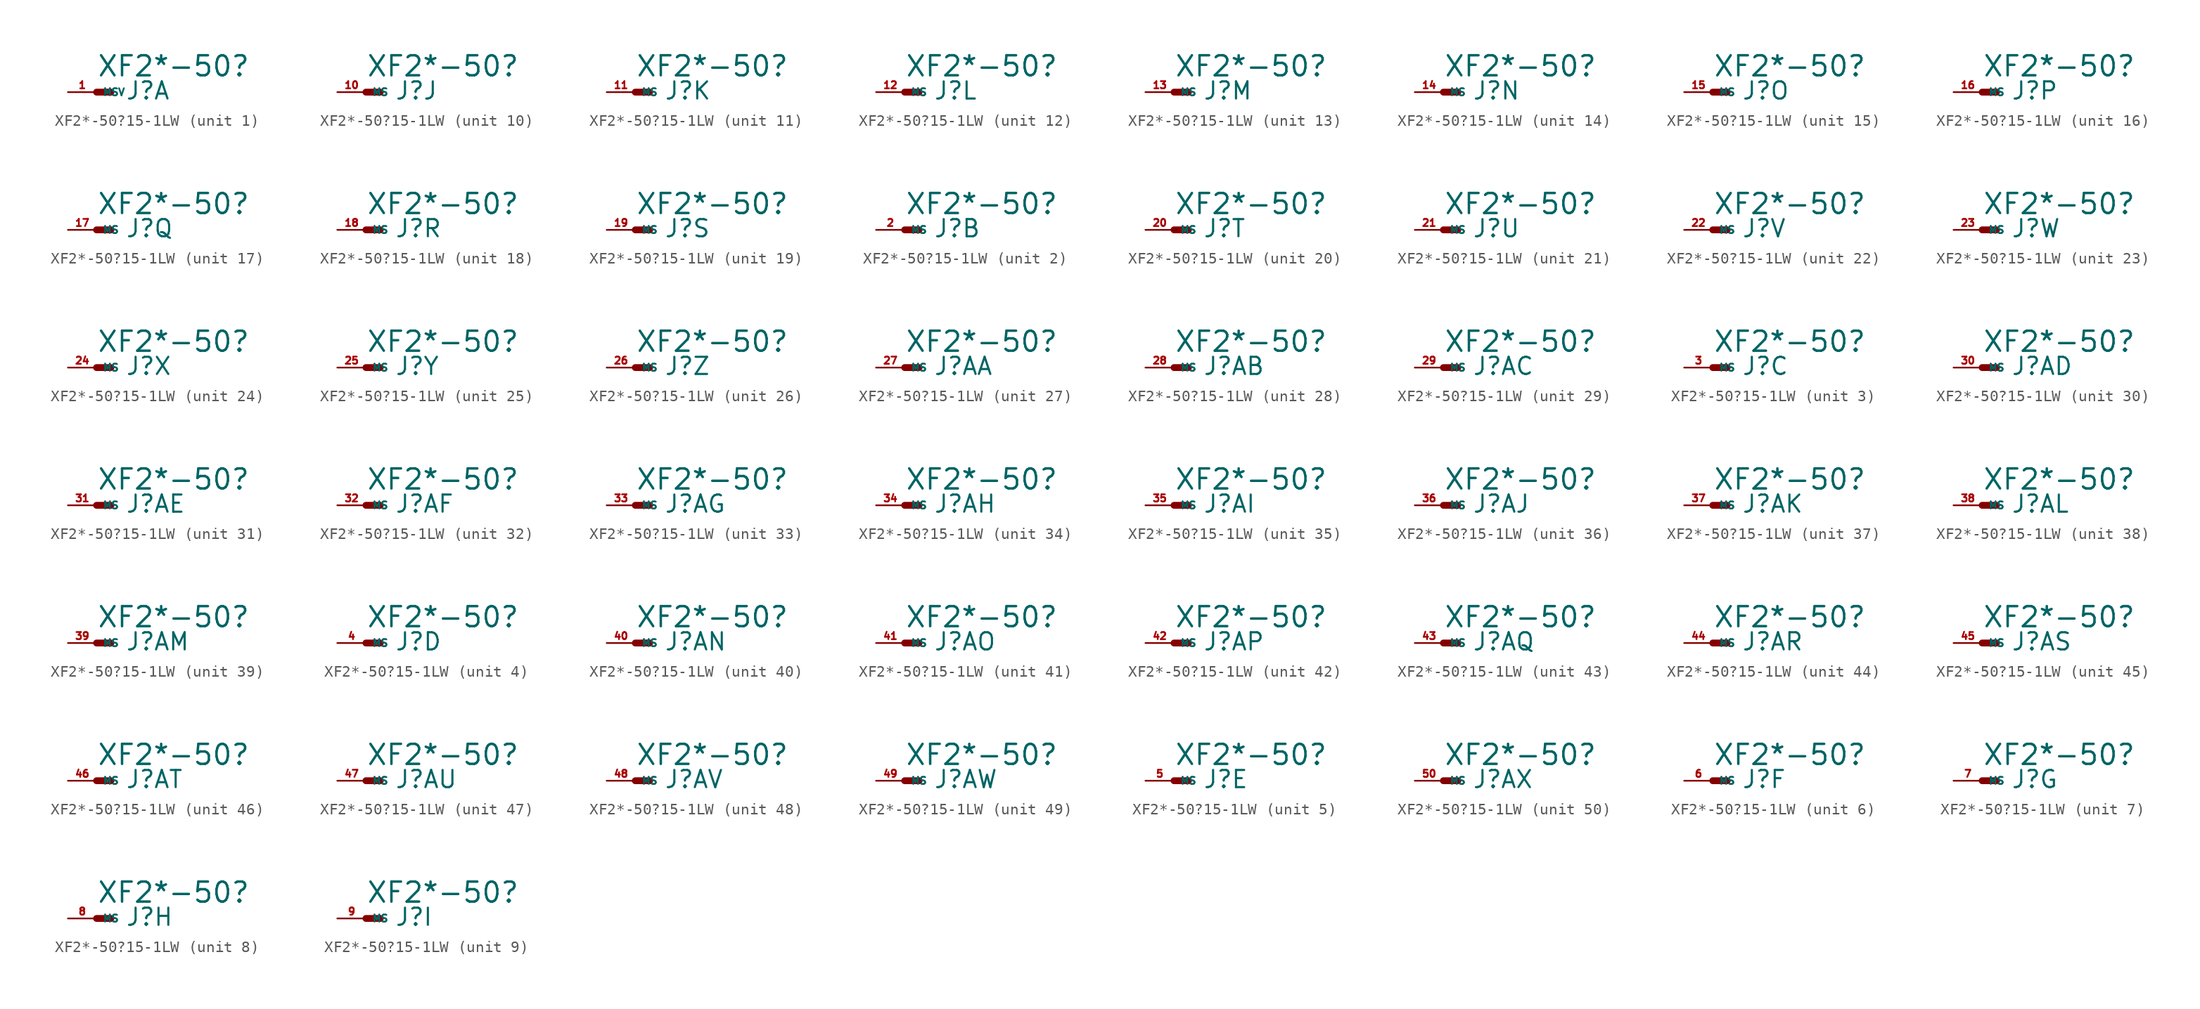
<source format=kicad_sym>
(kicad_symbol_lib
  (version 20220914)
  (generator Eagle2Kicad)
  (symbol "XF2*-50?15-1LW"
    (property "Reference" "J"
      (at 2.54 -0.762 0)
      (effects (font (size 1.524 1.524) (thickness 0.19)) (justify left bottom)))
    (property "Value" "XF2*-50?"
      (at 0 1.27 0)
      (effects (font (size 1.778 1.778) (thickness 0.22)) (justify left bottom)))
    (symbol "XF2*-50?15-1LW_1_0"
      (polyline (pts (xy 0 0) (xy 1.27 0)) (stroke (width 0.61) (type default)) (fill (type none)))
      (pin passive line (at -2.54 0 0) (length 2.54) (name "MSV" (effects (font (size 0.635 0.635) (thickness 0.08)) (justify left bottom))) (number "1" (effects (font (size 0.635 0.635) (thickness 0.08)) (justify left bottom)))))
    (symbol "XF2*-50?15-1LW_2_0"
      (polyline (pts (xy 0 0) (xy 1.27 0)) (stroke (width 0.61) (type default)) (fill (type none)))
      (pin passive line (at -2.54 0 0) (length 2.54) (name "MS" (effects (font (size 0.635 0.635) (thickness 0.08)) (justify left bottom))) (number "2" (effects (font (size 0.635 0.635) (thickness 0.08)) (justify left bottom)))))
    (symbol "XF2*-50?15-1LW_3_0"
      (polyline (pts (xy 0 0) (xy 1.27 0)) (stroke (width 0.61) (type default)) (fill (type none)))
      (pin passive line (at -2.54 0 0) (length 2.54) (name "MS" (effects (font (size 0.635 0.635) (thickness 0.08)) (justify left bottom))) (number "3" (effects (font (size 0.635 0.635) (thickness 0.08)) (justify left bottom)))))
    (symbol "XF2*-50?15-1LW_4_0"
      (polyline (pts (xy 0 0) (xy 1.27 0)) (stroke (width 0.61) (type default)) (fill (type none)))
      (pin passive line (at -2.54 0 0) (length 2.54) (name "MS" (effects (font (size 0.635 0.635) (thickness 0.08)) (justify left bottom))) (number "4" (effects (font (size 0.635 0.635) (thickness 0.08)) (justify left bottom)))))
    (symbol "XF2*-50?15-1LW_5_0"
      (polyline (pts (xy 0 0) (xy 1.27 0)) (stroke (width 0.61) (type default)) (fill (type none)))
      (pin passive line (at -2.54 0 0) (length 2.54) (name "MS" (effects (font (size 0.635 0.635) (thickness 0.08)) (justify left bottom))) (number "5" (effects (font (size 0.635 0.635) (thickness 0.08)) (justify left bottom)))))
    (symbol "XF2*-50?15-1LW_6_0"
      (polyline (pts (xy 0 0) (xy 1.27 0)) (stroke (width 0.61) (type default)) (fill (type none)))
      (pin passive line (at -2.54 0 0) (length 2.54) (name "MS" (effects (font (size 0.635 0.635) (thickness 0.08)) (justify left bottom))) (number "6" (effects (font (size 0.635 0.635) (thickness 0.08)) (justify left bottom)))))
    (symbol "XF2*-50?15-1LW_7_0"
      (polyline (pts (xy 0 0) (xy 1.27 0)) (stroke (width 0.61) (type default)) (fill (type none)))
      (pin passive line (at -2.54 0 0) (length 2.54) (name "MS" (effects (font (size 0.635 0.635) (thickness 0.08)) (justify left bottom))) (number "7" (effects (font (size 0.635 0.635) (thickness 0.08)) (justify left bottom)))))
    (symbol "XF2*-50?15-1LW_8_0"
      (polyline (pts (xy 0 0) (xy 1.27 0)) (stroke (width 0.61) (type default)) (fill (type none)))
      (pin passive line (at -2.54 0 0) (length 2.54) (name "MS" (effects (font (size 0.635 0.635) (thickness 0.08)) (justify left bottom))) (number "8" (effects (font (size 0.635 0.635) (thickness 0.08)) (justify left bottom)))))
    (symbol "XF2*-50?15-1LW_9_0"
      (polyline (pts (xy 0 0) (xy 1.27 0)) (stroke (width 0.61) (type default)) (fill (type none)))
      (pin passive line (at -2.54 0 0) (length 2.54) (name "MS" (effects (font (size 0.635 0.635) (thickness 0.08)) (justify left bottom))) (number "9" (effects (font (size 0.635 0.635) (thickness 0.08)) (justify left bottom)))))
    (symbol "XF2*-50?15-1LW_10_0"
      (polyline (pts (xy 0 0) (xy 1.27 0)) (stroke (width 0.61) (type default)) (fill (type none)))
      (pin passive line (at -2.54 0 0) (length 2.54) (name "MS" (effects (font (size 0.635 0.635) (thickness 0.08)) (justify left bottom))) (number "10" (effects (font (size 0.635 0.635) (thickness 0.08)) (justify left bottom)))))
    (symbol "XF2*-50?15-1LW_11_0"
      (polyline (pts (xy 0 0) (xy 1.27 0)) (stroke (width 0.61) (type default)) (fill (type none)))
      (pin passive line (at -2.54 0 0) (length 2.54) (name "MS" (effects (font (size 0.635 0.635) (thickness 0.08)) (justify left bottom))) (number "11" (effects (font (size 0.635 0.635) (thickness 0.08)) (justify left bottom)))))
    (symbol "XF2*-50?15-1LW_12_0"
      (polyline (pts (xy 0 0) (xy 1.27 0)) (stroke (width 0.61) (type default)) (fill (type none)))
      (pin passive line (at -2.54 0 0) (length 2.54) (name "MS" (effects (font (size 0.635 0.635) (thickness 0.08)) (justify left bottom))) (number "12" (effects (font (size 0.635 0.635) (thickness 0.08)) (justify left bottom)))))
    (symbol "XF2*-50?15-1LW_13_0"
      (polyline (pts (xy 0 0) (xy 1.27 0)) (stroke (width 0.61) (type default)) (fill (type none)))
      (pin passive line (at -2.54 0 0) (length 2.54) (name "MS" (effects (font (size 0.635 0.635) (thickness 0.08)) (justify left bottom))) (number "13" (effects (font (size 0.635 0.635) (thickness 0.08)) (justify left bottom)))))
    (symbol "XF2*-50?15-1LW_14_0"
      (polyline (pts (xy 0 0) (xy 1.27 0)) (stroke (width 0.61) (type default)) (fill (type none)))
      (pin passive line (at -2.54 0 0) (length 2.54) (name "MS" (effects (font (size 0.635 0.635) (thickness 0.08)) (justify left bottom))) (number "14" (effects (font (size 0.635 0.635) (thickness 0.08)) (justify left bottom)))))
    (symbol "XF2*-50?15-1LW_15_0"
      (polyline (pts (xy 0 0) (xy 1.27 0)) (stroke (width 0.61) (type default)) (fill (type none)))
      (pin passive line (at -2.54 0 0) (length 2.54) (name "MS" (effects (font (size 0.635 0.635) (thickness 0.08)) (justify left bottom))) (number "15" (effects (font (size 0.635 0.635) (thickness 0.08)) (justify left bottom)))))
    (symbol "XF2*-50?15-1LW_16_0"
      (polyline (pts (xy 0 0) (xy 1.27 0)) (stroke (width 0.61) (type default)) (fill (type none)))
      (pin passive line (at -2.54 0 0) (length 2.54) (name "MS" (effects (font (size 0.635 0.635) (thickness 0.08)) (justify left bottom))) (number "16" (effects (font (size 0.635 0.635) (thickness 0.08)) (justify left bottom)))))
    (symbol "XF2*-50?15-1LW_17_0"
      (polyline (pts (xy 0 0) (xy 1.27 0)) (stroke (width 0.61) (type default)) (fill (type none)))
      (pin passive line (at -2.54 0 0) (length 2.54) (name "MS" (effects (font (size 0.635 0.635) (thickness 0.08)) (justify left bottom))) (number "17" (effects (font (size 0.635 0.635) (thickness 0.08)) (justify left bottom)))))
    (symbol "XF2*-50?15-1LW_18_0"
      (polyline (pts (xy 0 0) (xy 1.27 0)) (stroke (width 0.61) (type default)) (fill (type none)))
      (pin passive line (at -2.54 0 0) (length 2.54) (name "MS" (effects (font (size 0.635 0.635) (thickness 0.08)) (justify left bottom))) (number "18" (effects (font (size 0.635 0.635) (thickness 0.08)) (justify left bottom)))))
    (symbol "XF2*-50?15-1LW_19_0"
      (polyline (pts (xy 0 0) (xy 1.27 0)) (stroke (width 0.61) (type default)) (fill (type none)))
      (pin passive line (at -2.54 0 0) (length 2.54) (name "MS" (effects (font (size 0.635 0.635) (thickness 0.08)) (justify left bottom))) (number "19" (effects (font (size 0.635 0.635) (thickness 0.08)) (justify left bottom)))))
    (symbol "XF2*-50?15-1LW_20_0"
      (polyline (pts (xy 0 0) (xy 1.27 0)) (stroke (width 0.61) (type default)) (fill (type none)))
      (pin passive line (at -2.54 0 0) (length 2.54) (name "MS" (effects (font (size 0.635 0.635) (thickness 0.08)) (justify left bottom))) (number "20" (effects (font (size 0.635 0.635) (thickness 0.08)) (justify left bottom)))))
    (symbol "XF2*-50?15-1LW_21_0"
      (polyline (pts (xy 0 0) (xy 1.27 0)) (stroke (width 0.61) (type default)) (fill (type none)))
      (pin passive line (at -2.54 0 0) (length 2.54) (name "MS" (effects (font (size 0.635 0.635) (thickness 0.08)) (justify left bottom))) (number "21" (effects (font (size 0.635 0.635) (thickness 0.08)) (justify left bottom)))))
    (symbol "XF2*-50?15-1LW_22_0"
      (polyline (pts (xy 0 0) (xy 1.27 0)) (stroke (width 0.61) (type default)) (fill (type none)))
      (pin passive line (at -2.54 0 0) (length 2.54) (name "MS" (effects (font (size 0.635 0.635) (thickness 0.08)) (justify left bottom))) (number "22" (effects (font (size 0.635 0.635) (thickness 0.08)) (justify left bottom)))))
    (symbol "XF2*-50?15-1LW_23_0"
      (polyline (pts (xy 0 0) (xy 1.27 0)) (stroke (width 0.61) (type default)) (fill (type none)))
      (pin passive line (at -2.54 0 0) (length 2.54) (name "MS" (effects (font (size 0.635 0.635) (thickness 0.08)) (justify left bottom))) (number "23" (effects (font (size 0.635 0.635) (thickness 0.08)) (justify left bottom)))))
    (symbol "XF2*-50?15-1LW_24_0"
      (polyline (pts (xy 0 0) (xy 1.27 0)) (stroke (width 0.61) (type default)) (fill (type none)))
      (pin passive line (at -2.54 0 0) (length 2.54) (name "MS" (effects (font (size 0.635 0.635) (thickness 0.08)) (justify left bottom))) (number "24" (effects (font (size 0.635 0.635) (thickness 0.08)) (justify left bottom)))))
    (symbol "XF2*-50?15-1LW_25_0"
      (polyline (pts (xy 0 0) (xy 1.27 0)) (stroke (width 0.61) (type default)) (fill (type none)))
      (pin passive line (at -2.54 0 0) (length 2.54) (name "MS" (effects (font (size 0.635 0.635) (thickness 0.08)) (justify left bottom))) (number "25" (effects (font (size 0.635 0.635) (thickness 0.08)) (justify left bottom)))))
    (symbol "XF2*-50?15-1LW_26_0"
      (polyline (pts (xy 0 0) (xy 1.27 0)) (stroke (width 0.61) (type default)) (fill (type none)))
      (pin passive line (at -2.54 0 0) (length 2.54) (name "MS" (effects (font (size 0.635 0.635) (thickness 0.08)) (justify left bottom))) (number "26" (effects (font (size 0.635 0.635) (thickness 0.08)) (justify left bottom)))))
    (symbol "XF2*-50?15-1LW_27_0"
      (polyline (pts (xy 0 0) (xy 1.27 0)) (stroke (width 0.61) (type default)) (fill (type none)))
      (pin passive line (at -2.54 0 0) (length 2.54) (name "MS" (effects (font (size 0.635 0.635) (thickness 0.08)) (justify left bottom))) (number "27" (effects (font (size 0.635 0.635) (thickness 0.08)) (justify left bottom)))))
    (symbol "XF2*-50?15-1LW_28_0"
      (polyline (pts (xy 0 0) (xy 1.27 0)) (stroke (width 0.61) (type default)) (fill (type none)))
      (pin passive line (at -2.54 0 0) (length 2.54) (name "MS" (effects (font (size 0.635 0.635) (thickness 0.08)) (justify left bottom))) (number "28" (effects (font (size 0.635 0.635) (thickness 0.08)) (justify left bottom)))))
    (symbol "XF2*-50?15-1LW_29_0"
      (polyline (pts (xy 0 0) (xy 1.27 0)) (stroke (width 0.61) (type default)) (fill (type none)))
      (pin passive line (at -2.54 0 0) (length 2.54) (name "MS" (effects (font (size 0.635 0.635) (thickness 0.08)) (justify left bottom))) (number "29" (effects (font (size 0.635 0.635) (thickness 0.08)) (justify left bottom)))))
    (symbol "XF2*-50?15-1LW_30_0"
      (polyline (pts (xy 0 0) (xy 1.27 0)) (stroke (width 0.61) (type default)) (fill (type none)))
      (pin passive line (at -2.54 0 0) (length 2.54) (name "MS" (effects (font (size 0.635 0.635) (thickness 0.08)) (justify left bottom))) (number "30" (effects (font (size 0.635 0.635) (thickness 0.08)) (justify left bottom)))))
    (symbol "XF2*-50?15-1LW_31_0"
      (polyline (pts (xy 0 0) (xy 1.27 0)) (stroke (width 0.61) (type default)) (fill (type none)))
      (pin passive line (at -2.54 0 0) (length 2.54) (name "MS" (effects (font (size 0.635 0.635) (thickness 0.08)) (justify left bottom))) (number "31" (effects (font (size 0.635 0.635) (thickness 0.08)) (justify left bottom)))))
    (symbol "XF2*-50?15-1LW_32_0"
      (polyline (pts (xy 0 0) (xy 1.27 0)) (stroke (width 0.61) (type default)) (fill (type none)))
      (pin passive line (at -2.54 0 0) (length 2.54) (name "MS" (effects (font (size 0.635 0.635) (thickness 0.08)) (justify left bottom))) (number "32" (effects (font (size 0.635 0.635) (thickness 0.08)) (justify left bottom)))))
    (symbol "XF2*-50?15-1LW_33_0"
      (polyline (pts (xy 0 0) (xy 1.27 0)) (stroke (width 0.61) (type default)) (fill (type none)))
      (pin passive line (at -2.54 0 0) (length 2.54) (name "MS" (effects (font (size 0.635 0.635) (thickness 0.08)) (justify left bottom))) (number "33" (effects (font (size 0.635 0.635) (thickness 0.08)) (justify left bottom)))))
    (symbol "XF2*-50?15-1LW_34_0"
      (polyline (pts (xy 0 0) (xy 1.27 0)) (stroke (width 0.61) (type default)) (fill (type none)))
      (pin passive line (at -2.54 0 0) (length 2.54) (name "MS" (effects (font (size 0.635 0.635) (thickness 0.08)) (justify left bottom))) (number "34" (effects (font (size 0.635 0.635) (thickness 0.08)) (justify left bottom)))))
    (symbol "XF2*-50?15-1LW_35_0"
      (polyline (pts (xy 0 0) (xy 1.27 0)) (stroke (width 0.61) (type default)) (fill (type none)))
      (pin passive line (at -2.54 0 0) (length 2.54) (name "MS" (effects (font (size 0.635 0.635) (thickness 0.08)) (justify left bottom))) (number "35" (effects (font (size 0.635 0.635) (thickness 0.08)) (justify left bottom)))))
    (symbol "XF2*-50?15-1LW_36_0"
      (polyline (pts (xy 0 0) (xy 1.27 0)) (stroke (width 0.61) (type default)) (fill (type none)))
      (pin passive line (at -2.54 0 0) (length 2.54) (name "MS" (effects (font (size 0.635 0.635) (thickness 0.08)) (justify left bottom))) (number "36" (effects (font (size 0.635 0.635) (thickness 0.08)) (justify left bottom)))))
    (symbol "XF2*-50?15-1LW_37_0"
      (polyline (pts (xy 0 0) (xy 1.27 0)) (stroke (width 0.61) (type default)) (fill (type none)))
      (pin passive line (at -2.54 0 0) (length 2.54) (name "MS" (effects (font (size 0.635 0.635) (thickness 0.08)) (justify left bottom))) (number "37" (effects (font (size 0.635 0.635) (thickness 0.08)) (justify left bottom)))))
    (symbol "XF2*-50?15-1LW_38_0"
      (polyline (pts (xy 0 0) (xy 1.27 0)) (stroke (width 0.61) (type default)) (fill (type none)))
      (pin passive line (at -2.54 0 0) (length 2.54) (name "MS" (effects (font (size 0.635 0.635) (thickness 0.08)) (justify left bottom))) (number "38" (effects (font (size 0.635 0.635) (thickness 0.08)) (justify left bottom)))))
    (symbol "XF2*-50?15-1LW_39_0"
      (polyline (pts (xy 0 0) (xy 1.27 0)) (stroke (width 0.61) (type default)) (fill (type none)))
      (pin passive line (at -2.54 0 0) (length 2.54) (name "MS" (effects (font (size 0.635 0.635) (thickness 0.08)) (justify left bottom))) (number "39" (effects (font (size 0.635 0.635) (thickness 0.08)) (justify left bottom)))))
    (symbol "XF2*-50?15-1LW_40_0"
      (polyline (pts (xy 0 0) (xy 1.27 0)) (stroke (width 0.61) (type default)) (fill (type none)))
      (pin passive line (at -2.54 0 0) (length 2.54) (name "MS" (effects (font (size 0.635 0.635) (thickness 0.08)) (justify left bottom))) (number "40" (effects (font (size 0.635 0.635) (thickness 0.08)) (justify left bottom)))))
    (symbol "XF2*-50?15-1LW_41_0"
      (polyline (pts (xy 0 0) (xy 1.27 0)) (stroke (width 0.61) (type default)) (fill (type none)))
      (pin passive line (at -2.54 0 0) (length 2.54) (name "MS" (effects (font (size 0.635 0.635) (thickness 0.08)) (justify left bottom))) (number "41" (effects (font (size 0.635 0.635) (thickness 0.08)) (justify left bottom)))))
    (symbol "XF2*-50?15-1LW_42_0"
      (polyline (pts (xy 0 0) (xy 1.27 0)) (stroke (width 0.61) (type default)) (fill (type none)))
      (pin passive line (at -2.54 0 0) (length 2.54) (name "MS" (effects (font (size 0.635 0.635) (thickness 0.08)) (justify left bottom))) (number "42" (effects (font (size 0.635 0.635) (thickness 0.08)) (justify left bottom)))))
    (symbol "XF2*-50?15-1LW_43_0"
      (polyline (pts (xy 0 0) (xy 1.27 0)) (stroke (width 0.61) (type default)) (fill (type none)))
      (pin passive line (at -2.54 0 0) (length 2.54) (name "MS" (effects (font (size 0.635 0.635) (thickness 0.08)) (justify left bottom))) (number "43" (effects (font (size 0.635 0.635) (thickness 0.08)) (justify left bottom)))))
    (symbol "XF2*-50?15-1LW_44_0"
      (polyline (pts (xy 0 0) (xy 1.27 0)) (stroke (width 0.61) (type default)) (fill (type none)))
      (pin passive line (at -2.54 0 0) (length 2.54) (name "MS" (effects (font (size 0.635 0.635) (thickness 0.08)) (justify left bottom))) (number "44" (effects (font (size 0.635 0.635) (thickness 0.08)) (justify left bottom)))))
    (symbol "XF2*-50?15-1LW_45_0"
      (polyline (pts (xy 0 0) (xy 1.27 0)) (stroke (width 0.61) (type default)) (fill (type none)))
      (pin passive line (at -2.54 0 0) (length 2.54) (name "MS" (effects (font (size 0.635 0.635) (thickness 0.08)) (justify left bottom))) (number "45" (effects (font (size 0.635 0.635) (thickness 0.08)) (justify left bottom)))))
    (symbol "XF2*-50?15-1LW_46_0"
      (polyline (pts (xy 0 0) (xy 1.27 0)) (stroke (width 0.61) (type default)) (fill (type none)))
      (pin passive line (at -2.54 0 0) (length 2.54) (name "MS" (effects (font (size 0.635 0.635) (thickness 0.08)) (justify left bottom))) (number "46" (effects (font (size 0.635 0.635) (thickness 0.08)) (justify left bottom)))))
    (symbol "XF2*-50?15-1LW_47_0"
      (polyline (pts (xy 0 0) (xy 1.27 0)) (stroke (width 0.61) (type default)) (fill (type none)))
      (pin passive line (at -2.54 0 0) (length 2.54) (name "MS" (effects (font (size 0.635 0.635) (thickness 0.08)) (justify left bottom))) (number "47" (effects (font (size 0.635 0.635) (thickness 0.08)) (justify left bottom)))))
    (symbol "XF2*-50?15-1LW_48_0"
      (polyline (pts (xy 0 0) (xy 1.27 0)) (stroke (width 0.61) (type default)) (fill (type none)))
      (pin passive line (at -2.54 0 0) (length 2.54) (name "MS" (effects (font (size 0.635 0.635) (thickness 0.08)) (justify left bottom))) (number "48" (effects (font (size 0.635 0.635) (thickness 0.08)) (justify left bottom)))))
    (symbol "XF2*-50?15-1LW_49_0"
      (polyline (pts (xy 0 0) (xy 1.27 0)) (stroke (width 0.61) (type default)) (fill (type none)))
      (pin passive line (at -2.54 0 0) (length 2.54) (name "MS" (effects (font (size 0.635 0.635) (thickness 0.08)) (justify left bottom))) (number "49" (effects (font (size 0.635 0.635) (thickness 0.08)) (justify left bottom)))))
    (symbol "XF2*-50?15-1LW_50_0"
      (polyline (pts (xy 0 0) (xy 1.27 0)) (stroke (width 0.61) (type default)) (fill (type none)))
      (pin passive line (at -2.54 0 0) (length 2.54) (name "MS" (effects (font (size 0.635 0.635) (thickness 0.08)) (justify left bottom))) (number "50" (effects (font (size 0.635 0.635) (thickness 0.08)) (justify left bottom)))))))
</source>
